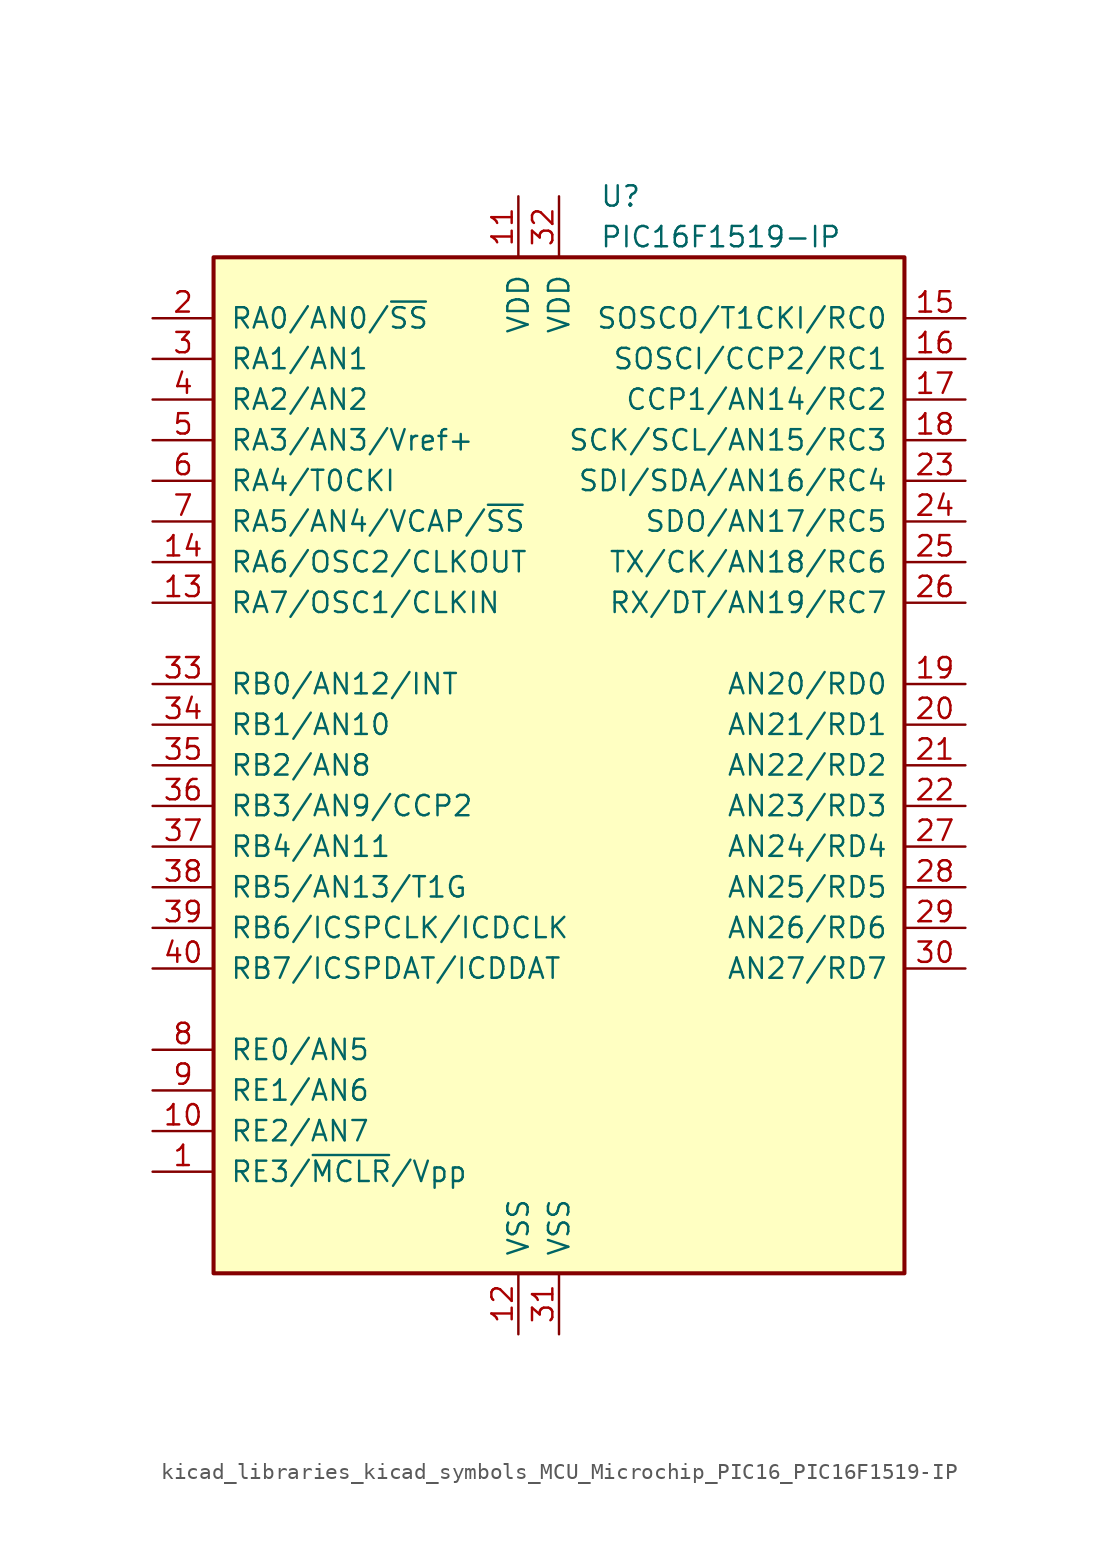
<source format=kicad_sym>
(kicad_symbol_lib
  (version 20220914)
  (generator kicad_symbol_editor)
  (symbol "kicad_libraries_kicad_symbols_MCU_Microchip_PIC16_PIC16F1519-IP"
    (pin_names
      (offset 1.016))
    (property "Reference" "U"
      (at 2.54 35.56 0)
      (effects (font (size 1.27 1.27)) (justify left)))
    (property "Value" "PIC16F1519-IP"
      (at 2.54 33.02 0)
      (effects (font (size 1.27 1.27)) (justify left)))
    (symbol "kicad_libraries_kicad_symbols_MCU_Microchip_PIC16_PIC16F1519-IP_0_1"
      (rectangle (start -21.59 31.75) (end 21.59 -31.75) (stroke (width 0.254) (type default)) (fill (type background))))
    (symbol "kicad_libraries_kicad_symbols_MCU_Microchip_PIC16_PIC16F1519-IP_1_1"
      (pin input line (at -25.4 -25.4 0) (length 3.81) (name "RE3/~{MCLR}/Vpp" (effects (font (size 1.27 1.27)))) (number "1" (effects (font (size 1.27 1.27)))))
      (pin bidirectional line (at -25.4 -22.86 0) (length 3.81) (name "RE2/AN7" (effects (font (size 1.27 1.27)))) (number "10" (effects (font (size 1.27 1.27)))))
      (pin power_in line (at -2.54 35.56 270) (length 3.81) (name "VDD" (effects (font (size 1.27 1.27)))) (number "11" (effects (font (size 1.27 1.27)))))
      (pin power_in line (at -2.54 -35.56 90) (length 3.81) (name "VSS" (effects (font (size 1.27 1.27)))) (number "12" (effects (font (size 1.27 1.27)))))
      (pin bidirectional line (at -25.4 10.16 0) (length 3.81) (name "RA7/OSC1/CLKIN" (effects (font (size 1.27 1.27)))) (number "13" (effects (font (size 1.27 1.27)))))
      (pin bidirectional line (at -25.4 12.7 0) (length 3.81) (name "RA6/OSC2/CLKOUT" (effects (font (size 1.27 1.27)))) (number "14" (effects (font (size 1.27 1.27)))))
      (pin bidirectional line (at 25.4 27.94 180) (length 3.81) (name "SOSCO/T1CKI/RC0" (effects (font (size 1.27 1.27)))) (number "15" (effects (font (size 1.27 1.27)))))
      (pin bidirectional line (at 25.4 25.4 180) (length 3.81) (name "SOSCI/CCP2/RC1" (effects (font (size 1.27 1.27)))) (number "16" (effects (font (size 1.27 1.27)))))
      (pin bidirectional line (at 25.4 22.86 180) (length 3.81) (name "CCP1/AN14/RC2" (effects (font (size 1.27 1.27)))) (number "17" (effects (font (size 1.27 1.27)))))
      (pin bidirectional line (at 25.4 20.32 180) (length 3.81) (name "SCK/SCL/AN15/RC3" (effects (font (size 1.27 1.27)))) (number "18" (effects (font (size 1.27 1.27)))))
      (pin bidirectional line (at 25.4 5.08 180) (length 3.81) (name "AN20/RD0" (effects (font (size 1.27 1.27)))) (number "19" (effects (font (size 1.27 1.27)))))
      (pin bidirectional line (at -25.4 27.94 0) (length 3.81) (name "RA0/AN0/~{SS}" (effects (font (size 1.27 1.27)))) (number "2" (effects (font (size 1.27 1.27)))))
      (pin bidirectional line (at 25.4 2.54 180) (length 3.81) (name "AN21/RD1" (effects (font (size 1.27 1.27)))) (number "20" (effects (font (size 1.27 1.27)))))
      (pin bidirectional line (at 25.4 0 180) (length 3.81) (name "AN22/RD2" (effects (font (size 1.27 1.27)))) (number "21" (effects (font (size 1.27 1.27)))))
      (pin bidirectional line (at 25.4 -2.54 180) (length 3.81) (name "AN23/RD3" (effects (font (size 1.27 1.27)))) (number "22" (effects (font (size 1.27 1.27)))))
      (pin bidirectional line (at 25.4 17.78 180) (length 3.81) (name "SDI/SDA/AN16/RC4" (effects (font (size 1.27 1.27)))) (number "23" (effects (font (size 1.27 1.27)))))
      (pin bidirectional line (at 25.4 15.24 180) (length 3.81) (name "SDO/AN17/RC5" (effects (font (size 1.27 1.27)))) (number "24" (effects (font (size 1.27 1.27)))))
      (pin bidirectional line (at 25.4 12.7 180) (length 3.81) (name "TX/CK/AN18/RC6" (effects (font (size 1.27 1.27)))) (number "25" (effects (font (size 1.27 1.27)))))
      (pin bidirectional line (at 25.4 10.16 180) (length 3.81) (name "RX/DT/AN19/RC7" (effects (font (size 1.27 1.27)))) (number "26" (effects (font (size 1.27 1.27)))))
      (pin bidirectional line (at 25.4 -5.08 180) (length 3.81) (name "AN24/RD4" (effects (font (size 1.27 1.27)))) (number "27" (effects (font (size 1.27 1.27)))))
      (pin bidirectional line (at 25.4 -7.62 180) (length 3.81) (name "AN25/RD5" (effects (font (size 1.27 1.27)))) (number "28" (effects (font (size 1.27 1.27)))))
      (pin bidirectional line (at 25.4 -10.16 180) (length 3.81) (name "AN26/RD6" (effects (font (size 1.27 1.27)))) (number "29" (effects (font (size 1.27 1.27)))))
      (pin bidirectional line (at -25.4 25.4 0) (length 3.81) (name "RA1/AN1" (effects (font (size 1.27 1.27)))) (number "3" (effects (font (size 1.27 1.27)))))
      (pin bidirectional line (at 25.4 -12.7 180) (length 3.81) (name "AN27/RD7" (effects (font (size 1.27 1.27)))) (number "30" (effects (font (size 1.27 1.27)))))
      (pin power_in line (at 0 -35.56 90) (length 3.81) (name "VSS" (effects (font (size 1.27 1.27)))) (number "31" (effects (font (size 1.27 1.27)))))
      (pin power_in line (at 0 35.56 270) (length 3.81) (name "VDD" (effects (font (size 1.27 1.27)))) (number "32" (effects (font (size 1.27 1.27)))))
      (pin bidirectional line (at -25.4 5.08 0) (length 3.81) (name "RB0/AN12/INT" (effects (font (size 1.27 1.27)))) (number "33" (effects (font (size 1.27 1.27)))))
      (pin bidirectional line (at -25.4 2.54 0) (length 3.81) (name "RB1/AN10" (effects (font (size 1.27 1.27)))) (number "34" (effects (font (size 1.27 1.27)))))
      (pin bidirectional line (at -25.4 0 0) (length 3.81) (name "RB2/AN8" (effects (font (size 1.27 1.27)))) (number "35" (effects (font (size 1.27 1.27)))))
      (pin bidirectional line (at -25.4 -2.54 0) (length 3.81) (name "RB3/AN9/CCP2" (effects (font (size 1.27 1.27)))) (number "36" (effects (font (size 1.27 1.27)))))
      (pin bidirectional line (at -25.4 -5.08 0) (length 3.81) (name "RB4/AN11" (effects (font (size 1.27 1.27)))) (number "37" (effects (font (size 1.27 1.27)))))
      (pin bidirectional line (at -25.4 -7.62 0) (length 3.81) (name "RB5/AN13/T1G" (effects (font (size 1.27 1.27)))) (number "38" (effects (font (size 1.27 1.27)))))
      (pin bidirectional line (at -25.4 -10.16 0) (length 3.81) (name "RB6/ICSPCLK/ICDCLK" (effects (font (size 1.27 1.27)))) (number "39" (effects (font (size 1.27 1.27)))))
      (pin bidirectional line (at -25.4 22.86 0) (length 3.81) (name "RA2/AN2" (effects (font (size 1.27 1.27)))) (number "4" (effects (font (size 1.27 1.27)))))
      (pin bidirectional line (at -25.4 -12.7 0) (length 3.81) (name "RB7/ICSPDAT/ICDDAT" (effects (font (size 1.27 1.27)))) (number "40" (effects (font (size 1.27 1.27)))))
      (pin bidirectional line (at -25.4 20.32 0) (length 3.81) (name "RA3/AN3/Vref+" (effects (font (size 1.27 1.27)))) (number "5" (effects (font (size 1.27 1.27)))))
      (pin bidirectional line (at -25.4 17.78 0) (length 3.81) (name "RA4/T0CKI" (effects (font (size 1.27 1.27)))) (number "6" (effects (font (size 1.27 1.27)))))
      (pin bidirectional line (at -25.4 15.24 0) (length 3.81) (name "RA5/AN4/VCAP/~{SS}" (effects (font (size 1.27 1.27)))) (number "7" (effects (font (size 1.27 1.27)))))
      (pin bidirectional line (at -25.4 -17.78 0) (length 3.81) (name "RE0/AN5" (effects (font (size 1.27 1.27)))) (number "8" (effects (font (size 1.27 1.27)))))
      (pin bidirectional line (at -25.4 -20.32 0) (length 3.81) (name "RE1/AN6" (effects (font (size 1.27 1.27)))) (number "9" (effects (font (size 1.27 1.27))))))))
</source>
